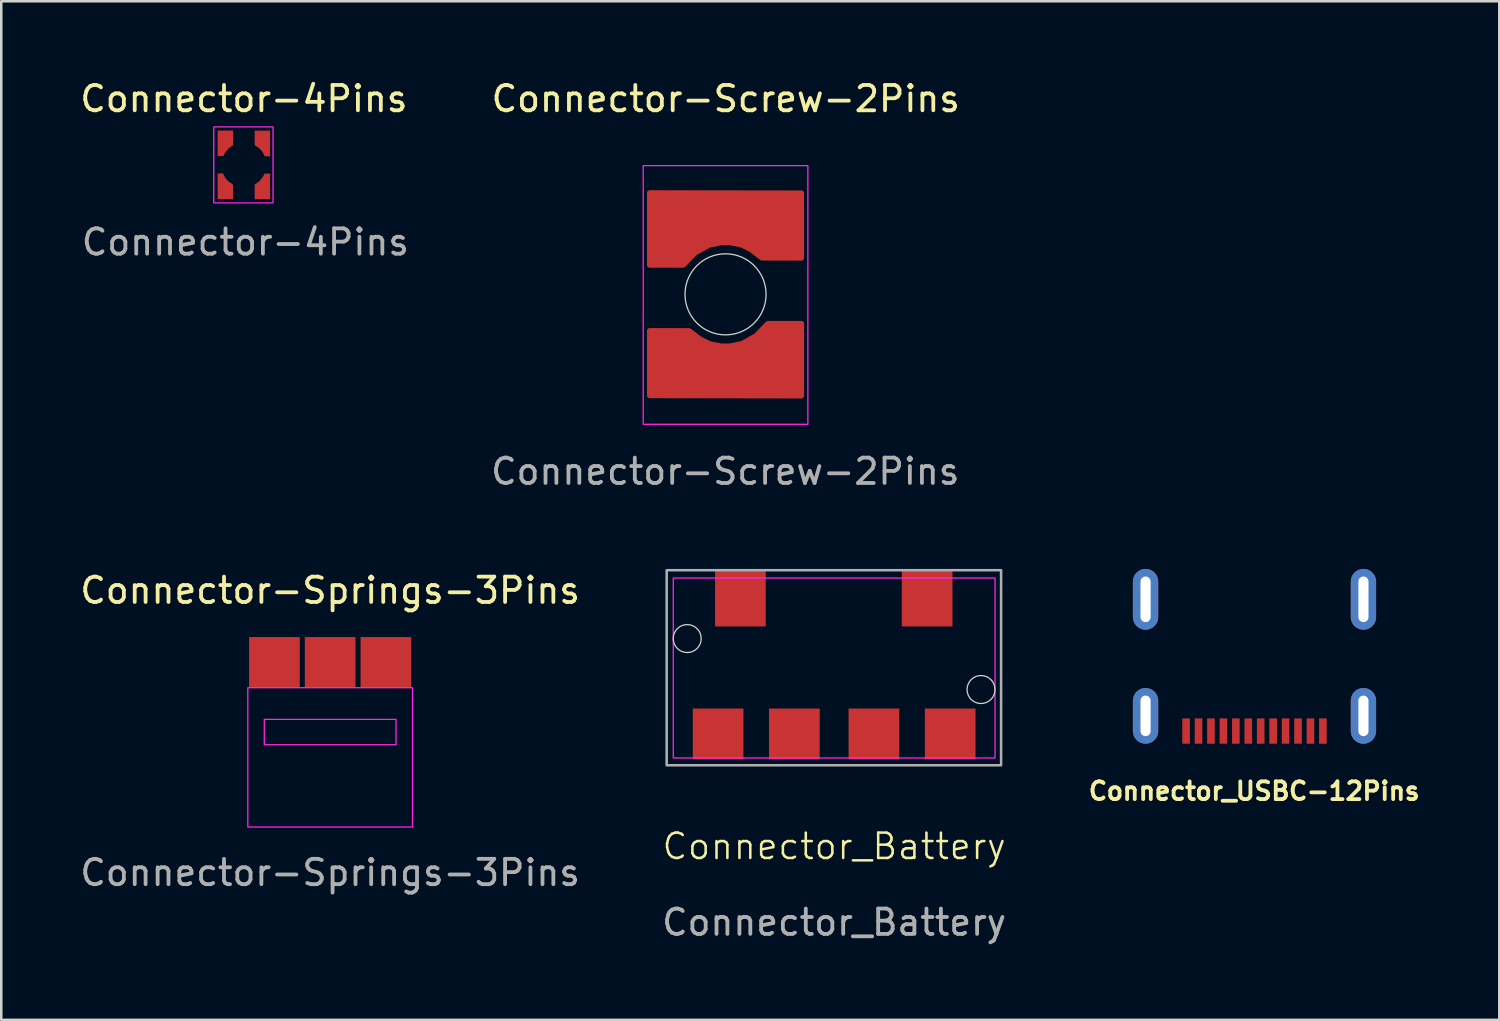
<source format=kicad_pcb>
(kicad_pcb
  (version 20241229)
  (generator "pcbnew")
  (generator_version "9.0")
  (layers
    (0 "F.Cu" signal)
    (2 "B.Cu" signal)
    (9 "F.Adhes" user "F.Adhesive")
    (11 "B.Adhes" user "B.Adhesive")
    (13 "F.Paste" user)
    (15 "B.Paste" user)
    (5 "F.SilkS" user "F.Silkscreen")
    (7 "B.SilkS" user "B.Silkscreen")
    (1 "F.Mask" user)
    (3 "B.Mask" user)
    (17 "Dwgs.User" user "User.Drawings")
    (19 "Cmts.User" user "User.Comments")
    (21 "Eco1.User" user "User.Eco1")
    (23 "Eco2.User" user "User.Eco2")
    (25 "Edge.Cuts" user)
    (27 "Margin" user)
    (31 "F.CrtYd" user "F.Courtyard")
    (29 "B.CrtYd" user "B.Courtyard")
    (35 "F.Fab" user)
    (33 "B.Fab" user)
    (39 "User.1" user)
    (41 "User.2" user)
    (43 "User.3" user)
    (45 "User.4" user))
  (footprint "Connector_Battery"
    (layer "F.Cu")
    (at 29.875 23.317)
    (property "Reference" "Connector_Battery" (at 0 7.04 0) (unlocked yes) (layer "F.SilkS") (effects (font (size 1 1) (thickness 0.1))))
    (attr smd)
    (fp_circle (center -5.8 -1.162) (end -5.35 -1.482) (stroke (width 0.05) (type default)) (fill no) (layer "Edge.Cuts"))
    (fp_circle (center 5.798 0.85) (end 6.248 0.53) (stroke (width 0.05) (type default)) (fill no) (layer "Edge.Cuts"))
    (fp_rect (start -6.35 -3.55) (end 6.35 3.55) (stroke (width 0.05) (type default)) (fill no) (layer "F.CrtYd"))
    (fp_rect (start -6.61 -3.86) (end 6.59 3.84) (stroke (width 0.1) (type default)) (fill no) (layer "F.Fab"))
    (fp_text user "${REFERENCE}" (at 0 10.04 0) (unlocked yes) (layer "F.Fab") (effects (font (size 1 1) (thickness 0.15))))
    (pad "" smd roundrect (at -3.7 -2.84) (size 1.6 1.6) (layers "F.Mask" "F.Paste") (roundrect_rratio 0.125))
    (pad "" smd rect (at -3.7 -2.74) (size 2 2.2) (layers "F.Cu"))
    (pad "" smd roundrect (at -1.57 2.6) (size 1.6 1.6) (layers "F.Cu" "F.Mask" "F.Paste") (roundrect_rratio 0.125))
    (pad "" smd roundrect (at 1.57 2.6 270) (size 1.6 1.6) (layers "F.Cu" "F.Mask" "F.Paste") (roundrect_rratio 0.125))
    (pad "" smd roundrect (at 3.67 -2.84) (size 1.6 1.6) (layers "F.Cu" "F.Mask" "F.Paste") (roundrect_rratio 0.125))
    (pad "" smd rect (at 3.67 -2.74) (size 2 2.2) (layers "F.Cu"))
    (pad "1" smd roundrect (at -4.58 2.6) (size 1.6 1.6) (layers "F.Cu" "B.Mask" "F.Paste") (roundrect_rratio 0.125))
    (pad "1" smd rect (at -4.58 2.6) (size 2 2) (layers "F.Cu"))
    (pad "2" smd rect (at -1.57 2.6) (size 2 2) (layers "F.Cu"))
    (pad "3" smd rect (at 1.57 2.6) (size 2 2) (layers "F.Cu"))
    (pad "4" smd roundrect (at 4.58 2.6) (size 1.6 1.6) (layers "F.Cu" "F.Mask" "F.Paste") (roundrect_rratio 0.125))
    (pad "4" smd rect (at 4.58 2.6) (size 2 2) (layers "F.Cu")))
  (footprint "Connector-4Pins"
    (layer "F.Cu")
    (at 6.577 3.458)
    (property "Reference" "Connector-4Pins" (at 0 -2.61 0) (layer "F.SilkS") (effects (font (size 1 1) (thickness 0.15))))
    (attr smd)
    (fp_rect (start -1.19 -1.5) (end 1.15 1.5) (stroke (width 0.05) (type default)) (fill no) (layer "F.CrtYd"))
    (fp_circle (center 0 0) (end 0.8 0) (stroke (width 0.1) (type solid)) (fill no) (layer "User.1"))
    (fp_text user "${REFERENCE}" (at 0.06 3.05 0) (layer "F.Fab") (effects (font (size 1 1) (thickness 0.15))))
    (pad "1" smd custom (at -0.73 -1.065) (size 0.6 0.57) (layers "F.Cu" "F.Mask" "F.Paste") (options (anchor rect)) (primitives (gr_poly (pts (xy -0.3 -0.285) (xy 0.3 -0.285) (xy 0.3 0.285) (xy 0.13 0.405) (xy 0 0.555) (xy -0.09 0.715) (xy -0.3 0.715)) (width 0.01) (fill yes))))
    (pad "2" smd custom (at -0.73 1.065 180) (size 0.6 0.56) (layers "F.Cu" "F.Mask" "F.Paste") (options (anchor rect)) (primitives (gr_poly (pts (xy -0.3 -0.28) (xy 0.3 -0.28) (xy 0.3 0.72) (xy 0.1 0.725) (xy 0.01 0.55) (xy -0.11 0.415) (xy -0.3 0.28)) (width 0.01) (fill yes))))
    (pad "3" smd custom (at 0.73 1.065 180) (size 0.6 0.57) (layers "F.Cu" "F.Mask" "F.Paste") (options (anchor rect)) (primitives (gr_poly (pts (xy -0.3 -0.285) (xy 0.3 -0.285) (xy 0.3 0.285) (xy 0.13 0.405) (xy 0 0.555) (xy -0.09 0.715) (xy -0.3 0.715)) (width 0.01) (fill yes))))
    (pad "4" smd custom (at 0.73 -1.065) (size 0.6 0.56) (layers "F.Cu" "F.Mask" "F.Paste") (options (anchor rect)) (primitives (gr_poly (pts (xy -0.3 -0.28) (xy 0.3 -0.28) (xy 0.3 0.72) (xy 0.1 0.725) (xy 0.01 0.55) (xy -0.11 0.415) (xy -0.3 0.28)) (width 0.01) (fill yes)))))
  (footprint "Connector_USBC-12Pins"
    (layer "F.Cu")
    (at 46.467 25.206)
    (property "Reference" "Connector_USBC-12Pins" (at -0.01 2.97 0) (layer "F.SilkS") (effects (font (size 0.7 0.7) (thickness 0.15))))
    (attr through_hole)
    (pad "1" smd rect (at 2.7 0.6) (size 0.3 1) (layers "F.Cu" "F.Mask" "F.Paste"))
    (pad "2" smd rect (at 2.209 0.6) (size 0.3 1) (layers "F.Cu" "F.Mask" "F.Paste"))
    (pad "3" smd rect (at 1.718 0.6) (size 0.3 1) (layers "F.Cu" "F.Mask" "F.Paste"))
    (pad "4" smd rect (at 1.227 0.6) (size 0.3 1) (layers "F.Cu" "F.Mask" "F.Paste"))
    (pad "5" smd rect (at 0.736 0.6) (size 0.3 1) (layers "F.Cu" "F.Mask" "F.Paste"))
    (pad "6" smd rect (at 0.245 0.6) (size 0.3 1) (layers "F.Cu" "F.Mask" "F.Paste"))
    (pad "7" smd rect (at -0.245 0.6) (size 0.3 1) (layers "F.Cu" "F.Mask" "F.Paste"))
    (pad "8" smd rect (at -0.736 0.6) (size 0.3 1) (layers "F.Cu" "F.Mask" "F.Paste"))
    (pad "9" smd rect (at -1.227 0.6) (size 0.3 1) (layers "F.Cu" "F.Mask" "F.Paste"))
    (pad "10" smd rect (at -1.718 0.6) (size 0.3 1) (layers "F.Cu" "F.Mask" "F.Paste"))
    (pad "11" smd rect (at -2.209 0.6) (size 0.3 1) (layers "F.Cu" "F.Mask" "F.Paste"))
    (pad "12" smd rect (at -2.7 0.6) (size 0.3 1) (layers "F.Cu" "F.Mask" "F.Paste"))
    (pad "13" thru_hole oval (at -4.3 -4.6) (size 1 2.4) (drill oval 0.4 1.8) (layers "*.Cu" "*.Mask"))
    (pad "13" thru_hole oval (at -4.3 0) (size 1 2.2) (drill oval 0.4 1.6) (layers "*.Cu" "*.Mask"))
    (pad "13" thru_hole oval (at 4.3 -4.6) (size 1 2.4) (drill oval 0.4 1.8) (layers "*.Cu" "*.Mask"))
    (pad "13" thru_hole oval (at 4.3 0) (size 1 2.2) (drill oval 0.4 1.6) (layers "*.Cu" "*.Mask")))
  (footprint "Connector-Screw-2Pins"
    (layer "F.Cu")
    (at 25.588 8.568)
    (property "Reference" "Connector-Screw-2Pins" (at 0.01 -7.72 0) (layer "F.SilkS") (effects (font (size 1 1) (thickness 0.15))))
    (attr smd)
    (fp_circle (center 0 0) (end 1.6 0) (stroke (width 0.05) (type solid)) (fill no) (layer "Edge.Cuts"))
    (fp_rect (start -3.25 -5.08) (end 3.25 5.13) (stroke (width 0.05) (type solid)) (fill no) (layer "F.CrtYd"))
    (fp_text user "${REFERENCE}" (at -0.01 6.99 0) (layer "F.Fab") (effects (font (size 1 1) (thickness 0.15))))
    (pad "1" smd custom (at 0 -3) (size 2 2) (layers "F.Cu") (options (anchor rect)) (primitives (gr_poly (pts (xy 1.434 1.566) (xy 1 1.236) (xy 0.63 1.05) (xy 0.16 0.96) (xy -0.16 0.96) (xy -0.65 1.06) (xy -1.206 1.37) (xy -1.67 1.85) (xy -3 1.85) (xy -3 -1.01) (xy 3 -1) (xy 3 1.57)) (width 0.2) (fill yes))))
    (pad "2" smd custom (at 0 3 180) (size 2 2) (layers "F.Cu") (options (anchor rect)) (primitives (gr_poly (pts (xy 1.434 1.566) (xy 1 1.236) (xy 0.63 1.05) (xy 0.16 0.96) (xy -0.16 0.96) (xy -0.65 1.06) (xy -1.206 1.37) (xy -1.67 1.85) (xy -3 1.85) (xy -3 -1.01) (xy 3 -1) (xy 3 1.57)) (width 0.2) (fill yes)))))
  (footprint "Connector-Springs-3Pins"
    (layer "F.Cu")
    (at 9.982 26.845)
    (property "Reference" "Connector-Springs-3Pins" (at 0 -6.59 0) (layer "F.SilkS") (effects (font (size 1 1) (thickness 0.15))))
    (attr smd)
    (fp_rect (start -3.25 -2.75) (end 3.25 2.75) (stroke (width 0.05) (type solid)) (fill no) (layer "F.CrtYd"))
    (fp_rect (start -2.6 -1.5) (end 2.6 -0.5) (stroke (width 0.05) (type solid)) (fill no) (layer "F.CrtYd"))
    (fp_text user "${REFERENCE}" (at 0 4.55 0) (layer "F.Fab") (effects (font (size 1 1) (thickness 0.15))))
    (pad "" smd roundrect (at -1.9 -3.75) (size 1 1) (layers "F.Mask" "F.Paste") (roundrect_rratio 0.179))
    (pad "" smd roundrect (at 0 -3.75) (size 1 1) (layers "F.Mask" "F.Paste") (roundrect_rratio 0.179))
    (pad "" smd roundrect (at 1.9 -3.75) (size 1 1) (layers "F.Mask" "F.Paste") (roundrect_rratio 0.179))
    (pad "1" smd rect (at -2.2 -3.75) (size 2 2) (layers "F.Cu"))
    (pad "2" smd rect (at 0 -3.75) (size 2 2) (layers "F.Cu"))
    (pad "3" smd rect (at 2.2 -3.75) (size 2 2) (layers "F.Cu")))
  (gr_rect
    (start -3 -3)
    (end 56.129 37.205)
    (stroke (width 0.1) (type default))
    (fill no)
    (layer "Edge.Cuts")))
</source>
